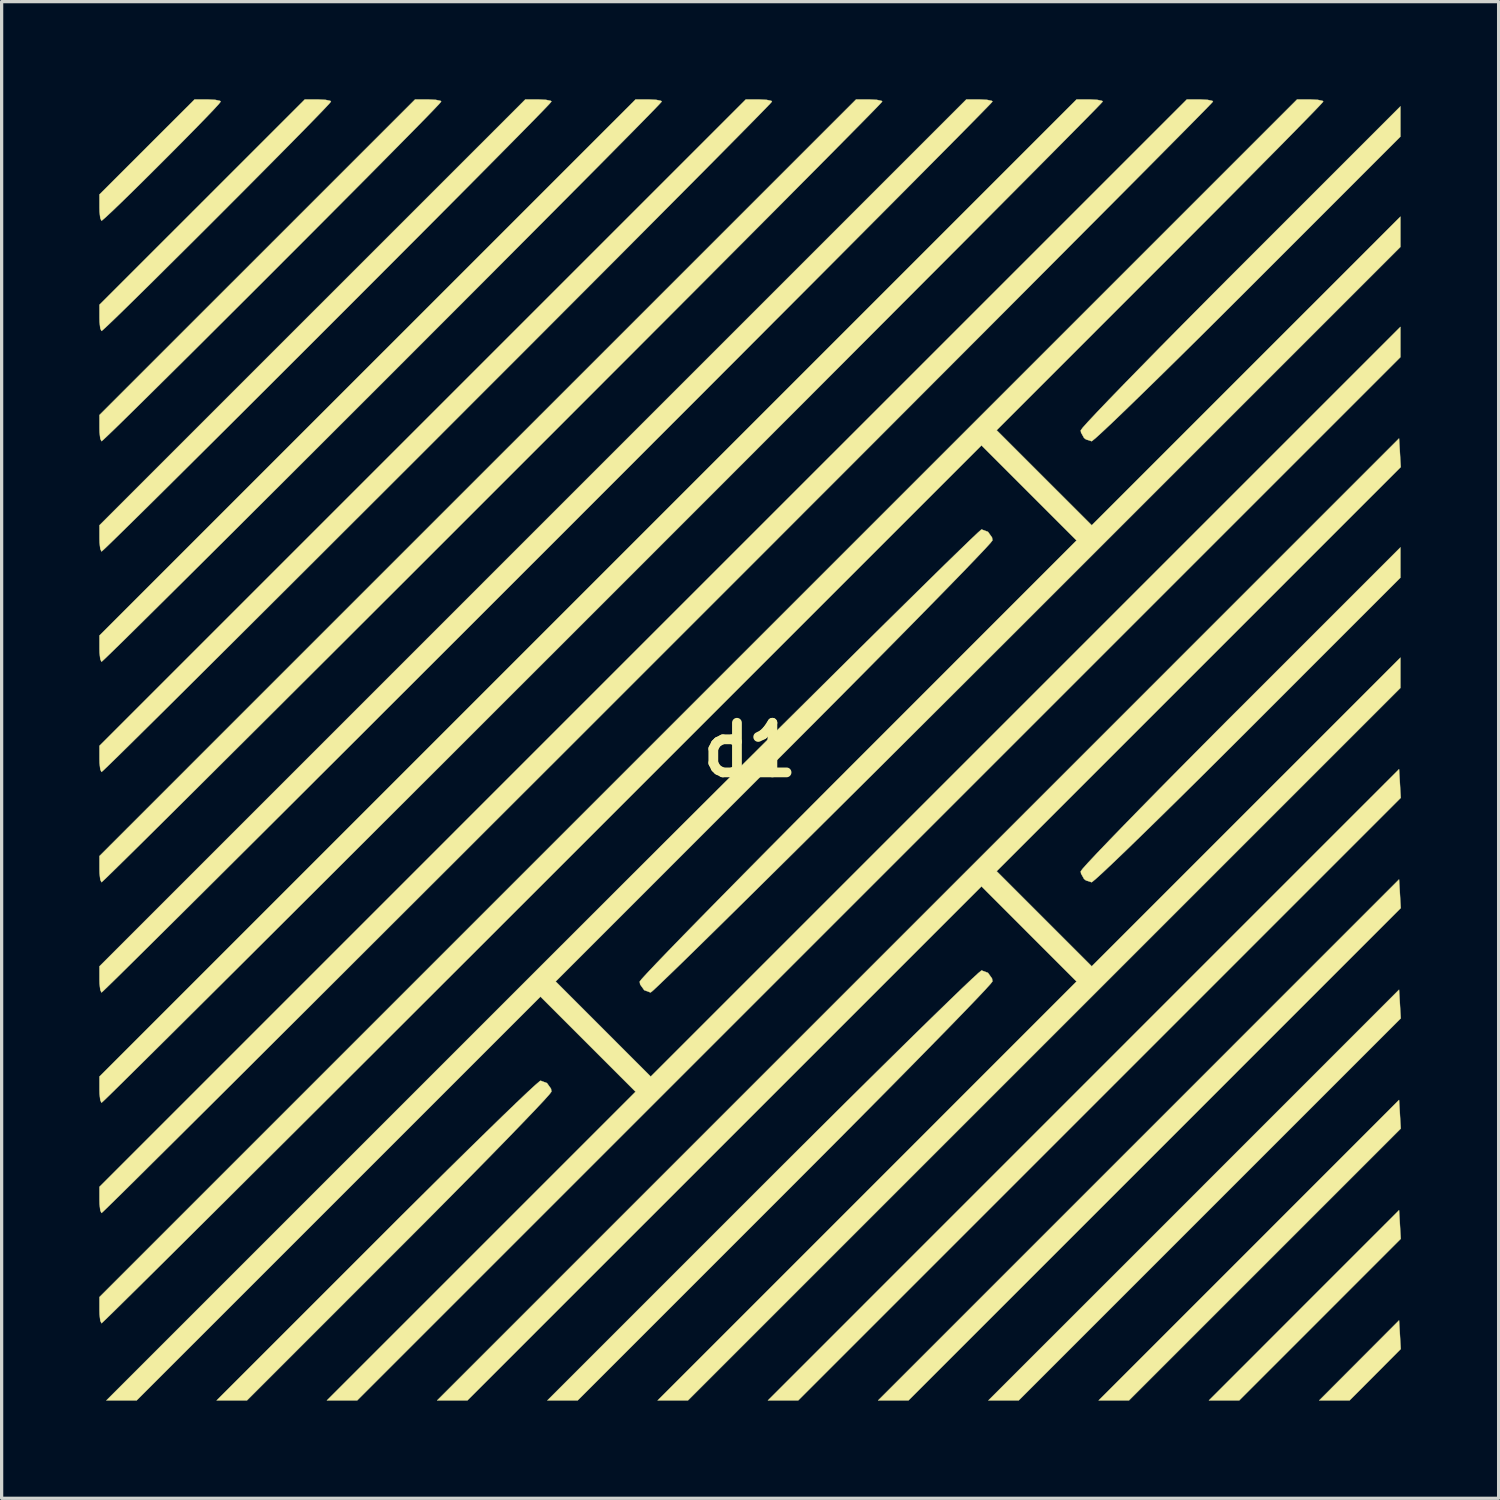
<source format=kicad_pcb>
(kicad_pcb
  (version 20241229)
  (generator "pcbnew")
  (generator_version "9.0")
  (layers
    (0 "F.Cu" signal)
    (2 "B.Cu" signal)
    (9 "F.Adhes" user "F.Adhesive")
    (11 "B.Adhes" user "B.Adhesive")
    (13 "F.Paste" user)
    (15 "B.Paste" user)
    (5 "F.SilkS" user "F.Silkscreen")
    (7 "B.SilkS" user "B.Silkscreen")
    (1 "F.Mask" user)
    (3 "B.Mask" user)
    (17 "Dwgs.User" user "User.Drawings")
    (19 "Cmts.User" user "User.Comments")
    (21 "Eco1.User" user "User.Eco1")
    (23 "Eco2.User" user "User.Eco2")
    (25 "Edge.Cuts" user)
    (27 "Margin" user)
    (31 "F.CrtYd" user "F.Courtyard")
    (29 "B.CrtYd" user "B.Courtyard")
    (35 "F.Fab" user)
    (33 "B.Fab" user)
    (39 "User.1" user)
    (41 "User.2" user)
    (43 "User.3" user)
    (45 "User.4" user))
  (footprint "d1"
    (layer "F.Cu")
    (at 19.986 19.986)
    (property "Reference" "d1" (at 0 0 0) (layer "F.SilkS") (effects (font (size 1.524 1.524) (thickness 0.3))))
    (attr through_hole)
    (fp_poly (pts (xy 19.965 11.191) (xy 19.991 11.631) (xy 15.817 15.806) (xy 11.642 19.981) (xy 10.711 19.981) (xy 19.939 10.751) (xy 19.965 11.191)) (stroke (width 0.01) (type solid)) (fill yes) (layer "F.SilkS"))
    (fp_poly (pts (xy 19.991 8.245) (xy 14.123 14.113) (xy 8.255 19.981) (xy 7.324 19.981) (xy 13.632 13.673) (xy 19.939 7.364) (xy 19.991 8.245)) (stroke (width 0.01) (type solid)) (fill yes) (layer "F.SilkS"))
    (fp_poly (pts (xy 19.965 17.962) (xy 19.991 18.402) (xy 19.205 19.192) (xy 18.418 19.981) (xy 17.486 19.981) (xy 18.712 18.752) (xy 19.939 17.522) (xy 19.965 17.962)) (stroke (width 0.01) (type solid)) (fill yes) (layer "F.SilkS"))
    (fp_poly (pts (xy 19.965 14.577) (xy 19.991 15.017) (xy 17.51 17.499) (xy 15.029 19.981) (xy 14.098 19.981) (xy 17.018 17.059) (xy 19.939 14.137) (xy 19.965 14.577)) (stroke (width 0.01) (type solid)) (fill yes) (layer "F.SilkS"))
    (fp_poly (pts (xy 19.965 4.418) (xy 19.991 4.858) (xy 12.43 12.42) (xy 4.869 19.981) (xy 3.937 19.981) (xy 11.938 11.979) (xy 19.939 3.977) (xy 19.965 4.418)) (stroke (width 0.01) (type solid)) (fill yes) (layer "F.SilkS"))
    (fp_poly (pts (xy 19.965 1.031) (xy 19.991 1.471) (xy 10.737 10.726) (xy 1.482 19.981) (xy 0.551 19.981) (xy 10.245 10.286) (xy 19.939 0.591) (xy 19.965 1.031)) (stroke (width 0.01) (type solid)) (fill yes) (layer "F.SilkS"))
    (fp_poly (pts (xy 19.965 -9.129) (xy 19.991 -8.689) (xy 13.785 -2.482) (xy 7.578 3.725) (xy 10.499 6.646) (xy 15.24 1.905) (xy 19.981 -2.836) (xy 19.981 -1.905) (xy 9.038 9.038) (xy -1.905 19.981) (xy -2.836 19.981) (xy 3.598 13.547) (xy 10.032 7.112) (xy 8.572 5.652) (xy 7.112 4.191) (xy -0.783 12.086) (xy -8.679 19.981) (xy -9.609 19.981) (xy 5.165 5.206) (xy 19.939 -9.569) (xy 19.965 -9.129)) (stroke (width 0.01) (type solid)) (fill yes) (layer "F.SilkS"))
    (fp_poly (pts (xy -16.423 -19.969) (xy -16.279 -19.938) (xy -16.256 -19.917) (xy -16.314 -19.842) (xy -16.474 -19.667) (xy -16.72 -19.41) (xy -17.033 -19.088) (xy -17.396 -18.719) (xy -17.789 -18.323) (xy -18.196 -17.916) (xy -18.598 -17.516) (xy -18.977 -17.142) (xy -19.316 -16.812) (xy -19.596 -16.543) (xy -19.799 -16.354) (xy -19.907 -16.262) (xy -19.919 -16.256) (xy -19.955 -16.332) (xy -19.978 -16.525) (xy -19.981 -16.659) (xy -19.981 -17.062) (xy -18.52 -18.522) (xy -17.059 -19.981) (xy -16.657 -19.981) (xy -16.423 -19.969)) (stroke (width 0.01) (type solid)) (fill yes) (layer "F.SilkS"))
    (fp_poly (pts (xy -6.235 10.233) (xy -6.111 10.406) (xy -6.096 10.494) (xy -6.155 10.573) (xy -6.324 10.763) (xy -6.595 11.052) (xy -6.96 11.433) (xy -7.408 11.897) (xy -7.93 12.432) (xy -8.518 13.031) (xy -9.162 13.683) (xy -9.853 14.38) (xy -10.583 15.112) (xy -10.774 15.303) (xy -15.451 19.981) (xy -16.382 19.981) (xy -11.472 15.071) (xy -10.715 14.314) (xy -9.989 13.594) (xy -9.306 12.917) (xy -8.673 12.294) (xy -8.1 11.734) (xy -7.597 11.244) (xy -7.172 10.835) (xy -6.834 10.514) (xy -6.592 10.291) (xy -6.456 10.175) (xy -6.431 10.16) (xy -6.235 10.233)) (stroke (width 0.01) (type solid)) (fill yes) (layer "F.SilkS"))
    (fp_poly (pts (xy -13.037 -19.969) (xy -12.892 -19.939) (xy -12.869 -19.917) (xy -12.927 -19.847) (xy -13.093 -19.67) (xy -13.354 -19.4) (xy -13.696 -19.049) (xy -14.107 -18.631) (xy -14.575 -18.158) (xy -15.086 -17.643) (xy -15.627 -17.099) (xy -16.186 -16.539) (xy -16.749 -15.976) (xy -17.305 -15.422) (xy -17.84 -14.891) (xy -18.34 -14.394) (xy -18.795 -13.946) (xy -19.189 -13.559) (xy -19.511 -13.246) (xy -19.748 -13.02) (xy -19.887 -12.892) (xy -19.918 -12.869) (xy -19.955 -12.945) (xy -19.978 -13.139) (xy -19.981 -13.272) (xy -19.981 -13.675) (xy -16.827 -16.828) (xy -13.673 -19.981) (xy -13.271 -19.981) (xy -13.037 -19.969)) (stroke (width 0.01) (type solid)) (fill yes) (layer "F.SilkS"))
    (fp_poly (pts (xy 19.981 -18.839) (xy 15.304 -14.161) (xy 14.564 -13.423) (xy 13.858 -12.721) (xy 13.193 -12.064) (xy 12.58 -11.461) (xy 12.027 -10.921) (xy 11.545 -10.453) (xy 11.142 -10.066) (xy 10.828 -9.771) (xy 10.612 -9.574) (xy 10.504 -9.487) (xy 10.495 -9.483) (xy 10.321 -9.539) (xy 10.262 -9.584) (xy 10.171 -9.748) (xy 10.16 -9.817) (xy 10.219 -9.896) (xy 10.388 -10.085) (xy 10.66 -10.375) (xy 11.026 -10.758) (xy 11.476 -11.223) (xy 12.002 -11.761) (xy 12.594 -12.365) (xy 13.245 -13.024) (xy 13.944 -13.729) (xy 14.683 -14.471) (xy 15.071 -14.859) (xy 19.981 -19.769) (xy 19.981 -18.839)) (stroke (width 0.01) (type solid)) (fill yes) (layer "F.SilkS"))
    (fp_poly (pts (xy 19.981 -5.292) (xy 15.304 -0.614) (xy 14.564 0.124) (xy 13.858 0.826) (xy 13.193 1.483) (xy 12.58 2.086) (xy 12.027 2.626) (xy 11.545 3.094) (xy 11.142 3.48) (xy 10.828 3.776) (xy 10.612 3.972) (xy 10.504 4.06) (xy 10.495 4.064) (xy 10.321 4.008) (xy 10.262 3.962) (xy 10.171 3.799) (xy 10.16 3.729) (xy 10.219 3.65) (xy 10.388 3.461) (xy 10.66 3.171) (xy 11.026 2.789) (xy 11.476 2.324) (xy 12.002 1.785) (xy 12.594 1.182) (xy 13.245 0.523) (xy 13.944 -0.182) (xy 14.683 -0.925) (xy 15.071 -1.312) (xy 19.981 -6.222) (xy 19.981 -5.292)) (stroke (width 0.01) (type solid)) (fill yes) (layer "F.SilkS"))
    (fp_poly (pts (xy 7.312 6.847) (xy 7.436 7.02) (xy 7.451 7.108) (xy 7.392 7.184) (xy 7.221 7.373) (xy 6.946 7.664) (xy 6.574 8.051) (xy 6.113 8.526) (xy 5.571 9.08) (xy 4.956 9.707) (xy 4.275 10.397) (xy 3.537 11.142) (xy 2.749 11.936) (xy 1.919 12.769) (xy 1.079 13.61) (xy -5.292 19.981) (xy -6.223 19.981) (xy 0.381 13.377) (xy 1.261 12.498) (xy 2.11 11.653) (xy 2.918 10.85) (xy 3.679 10.097) (xy 4.384 9.401) (xy 5.026 8.769) (xy 5.597 8.211) (xy 6.089 7.733) (xy 6.494 7.342) (xy 6.804 7.048) (xy 7.013 6.856) (xy 7.111 6.775) (xy 7.116 6.773) (xy 7.312 6.847)) (stroke (width 0.01) (type solid)) (fill yes) (layer "F.SilkS"))
    (fp_poly (pts (xy -9.65 -19.969) (xy -9.505 -19.939) (xy -9.483 -19.918) (xy -9.541 -19.849) (xy -9.709 -19.671) (xy -9.976 -19.395) (xy -10.332 -19.032) (xy -10.766 -18.592) (xy -11.267 -18.085) (xy -11.826 -17.521) (xy -12.431 -16.913) (xy -13.072 -16.269) (xy -13.738 -15.601) (xy -14.419 -14.919) (xy -15.104 -14.234) (xy -15.784 -13.556) (xy -16.446 -12.896) (xy -17.081 -12.263) (xy -17.679 -11.67) (xy -18.228 -11.126) (xy -18.718 -10.642) (xy -19.139 -10.228) (xy -19.479 -9.895) (xy -19.73 -9.654) (xy -19.879 -9.514) (xy -19.918 -9.483) (xy -19.955 -9.559) (xy -19.978 -9.752) (xy -19.981 -9.885) (xy -19.981 -10.288) (xy -15.134 -15.134) (xy -10.286 -19.981) (xy -9.885 -19.981) (xy -9.65 -19.969)) (stroke (width 0.01) (type solid)) (fill yes) (layer "F.SilkS"))
    (fp_poly (pts (xy -6.264 -19.969) (xy -6.119 -19.939) (xy -6.096 -19.918) (xy -6.155 -19.85) (xy -6.324 -19.672) (xy -6.595 -19.393) (xy -6.959 -19.022) (xy -7.407 -18.568) (xy -7.929 -18.041) (xy -8.516 -17.449) (xy -9.159 -16.802) (xy -9.849 -16.108) (xy -10.578 -15.377) (xy -11.334 -14.619) (xy -12.111 -13.841) (xy -12.897 -13.054) (xy -13.686 -12.266) (xy -14.466 -11.487) (xy -15.229 -10.726) (xy -15.966 -9.991) (xy -16.668 -9.293) (xy -17.325 -8.64) (xy -17.929 -8.04) (xy -18.469 -7.505) (xy -18.939 -7.042) (xy -19.327 -6.661) (xy -19.625 -6.37) (xy -19.823 -6.18) (xy -19.914 -6.098) (xy -19.918 -6.096) (xy -19.955 -6.172) (xy -19.978 -6.365) (xy -19.981 -6.498) (xy -19.981 -6.901) (xy -13.441 -13.441) (xy -6.9 -19.981) (xy -6.498 -19.981) (xy -6.264 -19.969)) (stroke (width 0.01) (type solid)) (fill yes) (layer "F.SilkS"))
    (fp_poly (pts (xy -2.877 -19.969) (xy -2.732 -19.939) (xy -2.709 -19.918) (xy -2.768 -19.851) (xy -2.938 -19.673) (xy -3.213 -19.391) (xy -3.582 -19.015) (xy -4.039 -18.553) (xy -4.575 -18.011) (xy -5.182 -17.4) (xy -5.852 -16.726) (xy -6.576 -15.998) (xy -7.347 -15.224) (xy -8.155 -14.413) (xy -8.994 -13.573) (xy -9.855 -12.711) (xy -10.729 -11.836) (xy -11.609 -10.956) (xy -12.486 -10.08) (xy -13.352 -9.215) (xy -14.198 -8.37) (xy -15.018 -7.553) (xy -15.802 -6.771) (xy -16.543 -6.034) (xy -17.231 -5.35) (xy -17.86 -4.726) (xy -18.42 -4.171) (xy -18.904 -3.692) (xy -19.303 -3.299) (xy -19.61 -3) (xy -19.815 -2.802) (xy -19.912 -2.713) (xy -19.918 -2.709) (xy -19.955 -2.785) (xy -19.978 -2.979) (xy -19.981 -3.112) (xy -19.981 -3.514) (xy -11.747 -11.748) (xy -3.513 -19.981) (xy -3.111 -19.981) (xy -2.877 -19.969)) (stroke (width 0.01) (type solid)) (fill yes) (layer "F.SilkS"))
    (fp_poly (pts (xy 0.51 -19.969) (xy 0.655 -19.939) (xy 0.677 -19.918) (xy 0.619 -19.851) (xy 0.447 -19.673) (xy 0.171 -19.39) (xy -0.203 -19.01) (xy -0.667 -18.541) (xy -1.213 -17.989) (xy -1.835 -17.363) (xy -2.524 -16.67) (xy -3.273 -15.917) (xy -4.075 -15.111) (xy -4.923 -14.261) (xy -5.808 -13.374) (xy -6.723 -12.457) (xy -7.661 -11.518) (xy -8.615 -10.564) (xy -9.576 -9.602) (xy -10.537 -8.641) (xy -11.492 -7.687) (xy -12.432 -6.749) (xy -13.349 -5.833) (xy -14.237 -4.947) (xy -15.089 -4.098) (xy -15.895 -3.295) (xy -16.65 -2.544) (xy -17.345 -1.853) (xy -17.973 -1.229) (xy -18.527 -0.681) (xy -18.999 -0.214) (xy -19.381 0.162) (xy -19.667 0.441) (xy -19.848 0.615) (xy -19.918 0.677) (xy -19.918 0.677) (xy -19.955 0.601) (xy -19.978 0.408) (xy -19.981 0.275) (xy -19.981 -0.127) (xy -10.054 -10.054) (xy -0.127 -19.981) (xy 0.275 -19.981) (xy 0.51 -19.969)) (stroke (width 0.01) (type solid)) (fill yes) (layer "F.SilkS"))
    (fp_poly (pts (xy 3.896 -19.969) (xy 4.041 -19.939) (xy 4.064 -19.918) (xy 4.005 -19.852) (xy 3.833 -19.673) (xy 3.555 -19.389) (xy 3.178 -19.007) (xy 2.709 -18.532) (xy 2.154 -17.972) (xy 1.521 -17.335) (xy 0.817 -16.626) (xy 0.048 -15.854) (xy -0.779 -15.024) (xy -1.656 -14.143) (xy -2.577 -13.22) (xy -3.535 -12.26) (xy -4.523 -11.271) (xy -5.534 -10.259) (xy -6.561 -9.231) (xy -7.597 -8.195) (xy -8.635 -7.157) (xy -9.669 -6.124) (xy -10.69 -5.103) (xy -11.694 -4.101) (xy -12.671 -3.125) (xy -13.617 -2.182) (xy -14.523 -1.278) (xy -15.382 -0.422) (xy -16.189 0.381) (xy -16.935 1.124) (xy -17.614 1.799) (xy -18.22 2.4) (xy -18.744 2.919) (xy -19.181 3.35) (xy -19.523 3.686) (xy -19.763 3.92) (xy -19.894 4.044) (xy -19.918 4.064) (xy -19.955 3.988) (xy -19.978 3.795) (xy -19.981 3.662) (xy -19.981 3.259) (xy -8.361 -8.361) (xy 3.26 -19.981) (xy 3.662 -19.981) (xy 3.896 -19.969)) (stroke (width 0.01) (type solid)) (fill yes) (layer "F.SilkS"))
    (fp_poly (pts (xy 7.283 -19.969) (xy 7.428 -19.939) (xy 7.451 -19.918) (xy 7.392 -19.852) (xy 7.219 -19.674) (xy 6.94 -19.389) (xy 6.56 -19.003) (xy 6.087 -18.525) (xy 5.525 -17.959) (xy 4.883 -17.312) (xy 4.166 -16.591) (xy 3.381 -15.803) (xy 2.535 -14.953) (xy 1.633 -14.048) (xy 0.683 -13.096) (xy -0.309 -12.101) (xy -1.337 -11.071) (xy -2.395 -10.013) (xy -3.474 -8.932) (xy -4.571 -7.835) (xy -5.676 -6.728) (xy -6.786 -5.619) (xy -7.892 -4.514) (xy -8.988 -3.418) (xy -10.068 -2.339) (xy -11.125 -1.284) (xy -12.153 -0.257) (xy -13.146 0.733) (xy -14.096 1.681) (xy -14.998 2.58) (xy -15.845 3.423) (xy -16.63 4.205) (xy -17.347 4.918) (xy -17.99 5.556) (xy -18.552 6.113) (xy -19.026 6.582) (xy -19.406 6.957) (xy -19.686 7.231) (xy -19.859 7.398) (xy -19.918 7.451) (xy -19.955 7.375) (xy -19.978 7.181) (xy -19.981 7.049) (xy -19.981 6.647) (xy -6.668 -6.667) (xy 6.646 -19.981) (xy 7.048 -19.981) (xy 7.283 -19.969)) (stroke (width 0.01) (type solid)) (fill yes) (layer "F.SilkS"))
    (fp_poly (pts (xy 19.981 -12.065) (xy -12.065 19.981) (xy -12.996 19.981) (xy -8.255 15.24) (xy -3.514 10.499) (xy -6.435 7.578) (xy -12.637 13.78) (xy -18.839 19.981) (xy -19.769 19.981) (xy -6.392 6.604) (xy -5.134 5.347) (xy -3.907 4.121) (xy -2.717 2.933) (xy -1.568 1.788) (xy -0.466 0.691) (xy 0.583 -0.353) (xy 1.575 -1.337) (xy 2.503 -2.258) (xy 3.361 -3.109) (xy 4.146 -3.885) (xy 4.851 -4.58) (xy 5.471 -5.19) (xy 6 -5.709) (xy 6.434 -6.131) (xy 6.766 -6.452) (xy 6.991 -6.665) (xy 7.104 -6.766) (xy 7.116 -6.773) (xy 7.312 -6.7) (xy 7.436 -6.527) (xy 7.451 -6.439) (xy 7.392 -6.363) (xy 7.221 -6.175) (xy 6.945 -5.884) (xy 6.572 -5.495) (xy 6.109 -5.019) (xy 5.564 -4.462) (xy 4.945 -3.831) (xy 4.259 -3.136) (xy 3.514 -2.383) (xy 2.717 -1.58) (xy 1.876 -0.735) (xy 0.999 0.144) (xy 0.741 0.402) (xy -5.968 7.112) (xy -4.508 8.572) (xy -3.048 10.033) (xy 8.467 -1.482) (xy 19.981 -12.996) (xy 19.981 -12.065)) (stroke (width 0.01) (type solid)) (fill yes) (layer "F.SilkS"))
    (fp_poly (pts (xy 10.67 -19.969) (xy 10.815 -19.939) (xy 10.837 -19.918) (xy 10.778 -19.853) (xy 10.606 -19.674) (xy 10.325 -19.388) (xy 9.943 -19.001) (xy 9.466 -18.519) (xy 8.899 -17.947) (xy 8.249 -17.293) (xy 7.522 -16.562) (xy 6.724 -15.76) (xy 5.861 -14.894) (xy 4.939 -13.97) (xy 3.965 -12.993) (xy 2.944 -11.969) (xy 1.883 -10.906) (xy 0.787 -9.809) (xy -0.337 -8.683) (xy -1.483 -7.536) (xy -2.645 -6.374) (xy -3.817 -5.201) (xy -4.993 -4.026) (xy -6.166 -2.853) (xy -7.331 -1.689) (xy -8.481 -0.539) (xy -9.61 0.589) (xy -10.713 1.69) (xy -11.783 2.758) (xy -12.814 3.787) (xy -13.8 4.77) (xy -14.734 5.701) (xy -15.611 6.575) (xy -16.425 7.385) (xy -17.169 8.125) (xy -17.837 8.79) (xy -18.424 9.372) (xy -18.922 9.865) (xy -19.327 10.265) (xy -19.631 10.564) (xy -19.829 10.756) (xy -19.915 10.835) (xy -19.918 10.837) (xy -19.955 10.761) (xy -19.978 10.568) (xy -19.981 10.435) (xy -19.981 10.033) (xy -4.974 -4.974) (xy 10.033 -19.981) (xy 10.435 -19.981) (xy 10.67 -19.969)) (stroke (width 0.01) (type solid)) (fill yes) (layer "F.SilkS"))
    (fp_poly (pts (xy 14.056 -19.969) (xy 14.201 -19.939) (xy 14.224 -19.918) (xy 14.165 -19.853) (xy 13.992 -19.674) (xy 13.711 -19.388) (xy 13.327 -18.999) (xy 12.846 -18.514) (xy 12.275 -17.938) (xy 11.618 -17.277) (xy 10.883 -16.538) (xy 10.073 -15.725) (xy 9.197 -14.845) (xy 8.258 -13.903) (xy 7.263 -12.905) (xy 6.218 -11.858) (xy 5.128 -10.766) (xy 4 -9.636) (xy 2.839 -8.473) (xy 1.65 -7.284) (xy 0.441 -6.073) (xy -0.784 -4.848) (xy -2.019 -3.613) (xy -3.258 -2.374) (xy -4.494 -1.138) (xy -5.723 0.091) (xy -6.939 1.305) (xy -8.135 2.5) (xy -9.306 3.67) (xy -10.446 4.808) (xy -11.549 5.909) (xy -12.61 6.968) (xy -13.622 7.978) (xy -14.581 8.933) (xy -15.479 9.829) (xy -16.312 10.658) (xy -17.073 11.415) (xy -17.757 12.095) (xy -18.358 12.691) (xy -18.869 13.199) (xy -19.286 13.611) (xy -19.603 13.922) (xy -19.813 14.127) (xy -19.911 14.219) (xy -19.918 14.224) (xy -19.955 14.148) (xy -19.978 13.955) (xy -19.981 13.822) (xy -19.981 13.42) (xy -3.281 -3.281) (xy 13.42 -19.981) (xy 13.822 -19.981) (xy 14.056 -19.969)) (stroke (width 0.01) (type solid)) (fill yes) (layer "F.SilkS"))
    (fp_poly (pts (xy 17.443 -19.969) (xy 17.588 -19.939) (xy 17.611 -19.918) (xy 17.552 -19.85) (xy 17.383 -19.671) (xy 17.111 -19.391) (xy 16.745 -19.017) (xy 16.295 -18.559) (xy 15.768 -18.027) (xy 15.175 -17.428) (xy 14.523 -16.771) (xy 13.821 -16.067) (xy 13.078 -15.322) (xy 12.594 -14.838) (xy 7.578 -9.821) (xy 9.038 -8.361) (xy 10.499 -6.901) (xy 15.24 -11.642) (xy 19.981 -16.382) (xy 19.981 -15.451) (xy 8.53 -4) (xy 7.367 -2.838) (xy 6.235 -1.708) (xy 5.14 -0.617) (xy 4.089 0.431) (xy 3.085 1.428) (xy 2.137 2.37) (xy 1.249 3.251) (xy 0.427 4.064) (xy -0.322 4.804) (xy -0.993 5.465) (xy -1.581 6.042) (xy -2.078 6.528) (xy -2.48 6.917) (xy -2.78 7.205) (xy -2.972 7.385) (xy -3.051 7.45) (xy -3.052 7.451) (xy -3.248 7.378) (xy -3.372 7.204) (xy -3.387 7.116) (xy -3.328 7.04) (xy -3.157 6.853) (xy -2.881 6.561) (xy -2.508 6.173) (xy -2.045 5.696) (xy -1.5 5.139) (xy -0.881 4.509) (xy -0.195 3.813) (xy 0.55 3.06) (xy 1.347 2.257) (xy 2.188 1.412) (xy 3.065 0.533) (xy 3.323 0.275) (xy 10.032 -6.435) (xy 8.572 -7.895) (xy 7.112 -9.355) (xy -6.371 4.128) (xy -7.634 5.39) (xy -8.865 6.62) (xy -10.059 7.812) (xy -11.211 8.963) (xy -12.315 10.065) (xy -13.366 11.113) (xy -14.359 12.103) (xy -15.289 13.029) (xy -16.149 13.886) (xy -16.936 14.668) (xy -17.642 15.37) (xy -18.263 15.986) (xy -18.794 16.512) (xy -19.229 16.941) (xy -19.562 17.269) (xy -19.789 17.49) (xy -19.904 17.6) (xy -19.918 17.611) (xy -19.955 17.535) (xy -19.978 17.341) (xy -19.981 17.209) (xy -19.981 16.806) (xy 16.806 -19.981) (xy 17.208 -19.981) (xy 17.443 -19.969)) (stroke (width 0.01) (type solid)) (fill yes) (layer "F.SilkS")))
  (gr_rect
    (start -3 -3)
    (end 42.983 42.973)
    (stroke (width 0.1) (type default))
    (fill no)
    (layer "Edge.Cuts")))
</source>
